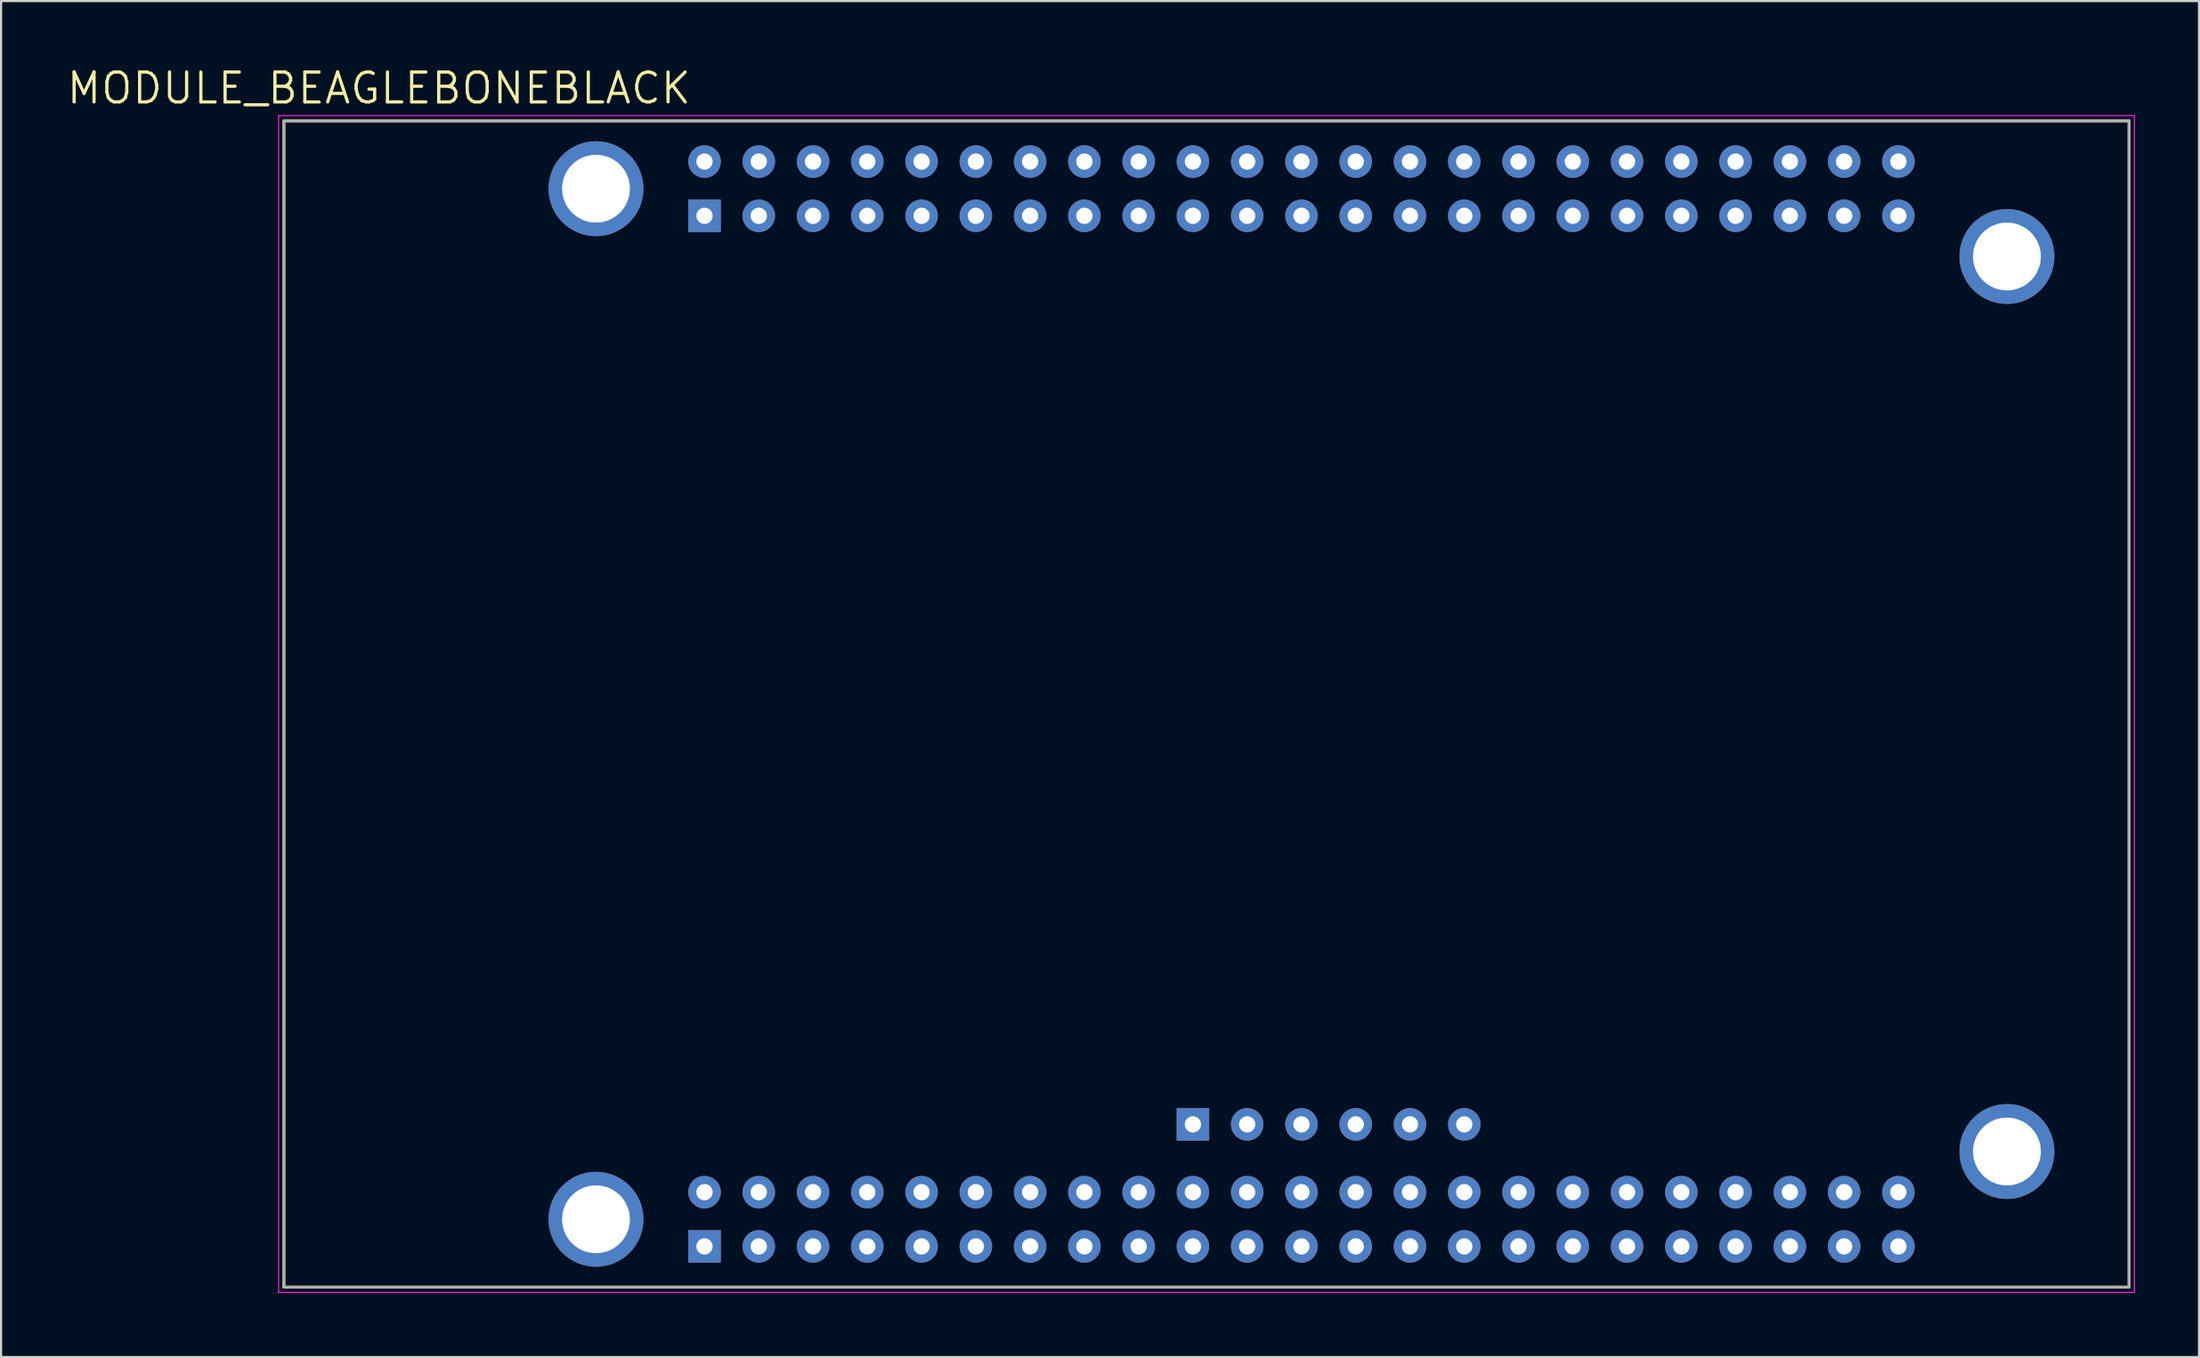
<source format=kicad_pcb>
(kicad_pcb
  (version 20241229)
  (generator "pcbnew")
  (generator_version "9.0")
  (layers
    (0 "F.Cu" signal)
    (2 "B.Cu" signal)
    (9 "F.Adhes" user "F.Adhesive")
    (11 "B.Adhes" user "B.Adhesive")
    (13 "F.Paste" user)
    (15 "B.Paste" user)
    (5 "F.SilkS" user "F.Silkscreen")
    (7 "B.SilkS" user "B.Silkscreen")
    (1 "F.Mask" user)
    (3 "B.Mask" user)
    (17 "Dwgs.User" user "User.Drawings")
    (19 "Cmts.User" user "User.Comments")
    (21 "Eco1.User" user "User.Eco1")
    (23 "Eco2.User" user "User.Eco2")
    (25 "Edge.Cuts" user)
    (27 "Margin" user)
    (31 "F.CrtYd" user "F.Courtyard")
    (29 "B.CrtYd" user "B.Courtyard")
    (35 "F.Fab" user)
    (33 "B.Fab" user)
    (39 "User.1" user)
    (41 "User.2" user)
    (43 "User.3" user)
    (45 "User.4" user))
  (footprint "MODULE_BEAGLEBONEBLACK"
    (layer "F.Cu")
    (at 53.42 29.916)
    (property "Reference" "MODULE_BEAGLEBONEBLACK" (at -38.735 -28.834 0) (layer "F.SilkS") (effects (font (size 1.4 1.4) (thickness 0.15))))
    (attr through_hole)
    (fp_line (start -43.18 -27.305) (end 43.18 -27.305) (stroke (width 0.127) (type solid)) (layer "F.SilkS"))
    (fp_line (start -43.18 27.305) (end -43.18 -27.305) (stroke (width 0.127) (type solid)) (layer "F.SilkS"))
    (fp_line (start 43.18 -27.305) (end 43.18 27.305) (stroke (width 0.127) (type solid)) (layer "F.SilkS"))
    (fp_line (start 43.18 27.305) (end -43.18 27.305) (stroke (width 0.127) (type solid)) (layer "F.SilkS"))
    (fp_line (start -43.43 -27.555) (end 43.43 -27.555) (stroke (width 0.05) (type solid)) (layer "F.CrtYd"))
    (fp_line (start -43.43 27.555) (end -43.43 -27.555) (stroke (width 0.05) (type solid)) (layer "F.CrtYd"))
    (fp_line (start 43.43 -27.555) (end 43.43 27.555) (stroke (width 0.05) (type solid)) (layer "F.CrtYd"))
    (fp_line (start 43.43 27.555) (end -43.43 27.555) (stroke (width 0.05) (type solid)) (layer "F.CrtYd"))
    (fp_line (start -43.18 -27.305) (end 43.18 -27.305) (stroke (width 0.127) (type solid)) (layer "F.Fab"))
    (fp_line (start -43.18 27.305) (end -43.18 -27.305) (stroke (width 0.127) (type solid)) (layer "F.Fab"))
    (fp_line (start 43.18 -27.305) (end 43.18 27.305) (stroke (width 0.127) (type solid)) (layer "F.Fab"))
    (fp_line (start 43.18 27.305) (end -43.18 27.305) (stroke (width 0.127) (type solid)) (layer "F.Fab"))
    (pad "J1_1" thru_hole rect (at -0.635 19.685) (size 1.524 1.524) (drill 0.762) (layers "*.Cu" "*.Mask"))
    (pad "J1_2" thru_hole circle (at 1.905 19.685) (size 1.524 1.524) (drill 0.762) (layers "*.Cu" "*.Mask"))
    (pad "J1_3" thru_hole circle (at 4.445 19.685) (size 1.524 1.524) (drill 0.762) (layers "*.Cu" "*.Mask"))
    (pad "J1_4" thru_hole circle (at 6.985 19.685) (size 1.524 1.524) (drill 0.762) (layers "*.Cu" "*.Mask"))
    (pad "J1_5" thru_hole circle (at 9.525 19.685) (size 1.524 1.524) (drill 0.762) (layers "*.Cu" "*.Mask"))
    (pad "J1_6" thru_hole circle (at 12.065 19.685) (size 1.524 1.524) (drill 0.762) (layers "*.Cu" "*.Mask"))
    (pad "P1" thru_hole circle (at -28.575 -24.13) (size 4.445 4.445) (drill 3.175) (layers "*.Cu" "*.Mask"))
    (pad "P2" thru_hole circle (at -28.575 24.13) (size 4.445 4.445) (drill 3.175) (layers "*.Cu" "*.Mask"))
    (pad "P3" thru_hole circle (at 37.465 20.955) (size 4.445 4.445) (drill 3.175) (layers "*.Cu" "*.Mask"))
    (pad "P4" thru_hole circle (at 37.465 -20.955) (size 4.445 4.445) (drill 3.175) (layers "*.Cu" "*.Mask"))
    (pad "P8_1" thru_hole rect (at -23.495 -22.86) (size 1.524 1.524) (drill 0.762) (layers "*.Cu" "*.Mask"))
    (pad "P8_2" thru_hole circle (at -23.495 -25.4) (size 1.524 1.524) (drill 0.762) (layers "*.Cu" "*.Mask"))
    (pad "P8_3" thru_hole circle (at -20.955 -22.86) (size 1.524 1.524) (drill 0.762) (layers "*.Cu" "*.Mask"))
    (pad "P8_4" thru_hole circle (at -20.955 -25.4) (size 1.524 1.524) (drill 0.762) (layers "*.Cu" "*.Mask"))
    (pad "P8_5" thru_hole circle (at -18.415 -22.86) (size 1.524 1.524) (drill 0.762) (layers "*.Cu" "*.Mask"))
    (pad "P8_6" thru_hole circle (at -18.415 -25.4) (size 1.524 1.524) (drill 0.762) (layers "*.Cu" "*.Mask"))
    (pad "P8_7" thru_hole circle (at -15.875 -22.86) (size 1.524 1.524) (drill 0.762) (layers "*.Cu" "*.Mask"))
    (pad "P8_8" thru_hole circle (at -15.875 -25.4) (size 1.524 1.524) (drill 0.762) (layers "*.Cu" "*.Mask"))
    (pad "P8_9" thru_hole circle (at -13.335 -22.86) (size 1.524 1.524) (drill 0.762) (layers "*.Cu" "*.Mask"))
    (pad "P8_10" thru_hole circle (at -13.335 -25.4) (size 1.524 1.524) (drill 0.762) (layers "*.Cu" "*.Mask"))
    (pad "P8_11" thru_hole circle (at -10.795 -22.86) (size 1.524 1.524) (drill 0.762) (layers "*.Cu" "*.Mask"))
    (pad "P8_12" thru_hole circle (at -10.795 -25.4) (size 1.524 1.524) (drill 0.762) (layers "*.Cu" "*.Mask"))
    (pad "P8_13" thru_hole circle (at -8.255 -22.86) (size 1.524 1.524) (drill 0.762) (layers "*.Cu" "*.Mask"))
    (pad "P8_14" thru_hole circle (at -8.255 -25.4) (size 1.524 1.524) (drill 0.762) (layers "*.Cu" "*.Mask"))
    (pad "P8_15" thru_hole circle (at -5.715 -22.86) (size 1.524 1.524) (drill 0.762) (layers "*.Cu" "*.Mask"))
    (pad "P8_16" thru_hole circle (at -5.715 -25.4) (size 1.524 1.524) (drill 0.762) (layers "*.Cu" "*.Mask"))
    (pad "P8_17" thru_hole circle (at -3.175 -22.86) (size 1.524 1.524) (drill 0.762) (layers "*.Cu" "*.Mask"))
    (pad "P8_18" thru_hole circle (at -3.175 -25.4) (size 1.524 1.524) (drill 0.762) (layers "*.Cu" "*.Mask"))
    (pad "P8_19" thru_hole circle (at -0.635 -22.86) (size 1.524 1.524) (drill 0.762) (layers "*.Cu" "*.Mask"))
    (pad "P8_20" thru_hole circle (at -0.635 -25.4) (size 1.524 1.524) (drill 0.762) (layers "*.Cu" "*.Mask"))
    (pad "P8_21" thru_hole circle (at 1.905 -22.86) (size 1.524 1.524) (drill 0.762) (layers "*.Cu" "*.Mask"))
    (pad "P8_22" thru_hole circle (at 1.905 -25.4) (size 1.524 1.524) (drill 0.762) (layers "*.Cu" "*.Mask"))
    (pad "P8_23" thru_hole circle (at 4.445 -22.86) (size 1.524 1.524) (drill 0.762) (layers "*.Cu" "*.Mask"))
    (pad "P8_24" thru_hole circle (at 4.445 -25.4) (size 1.524 1.524) (drill 0.762) (layers "*.Cu" "*.Mask"))
    (pad "P8_25" thru_hole circle (at 6.985 -22.86) (size 1.524 1.524) (drill 0.762) (layers "*.Cu" "*.Mask"))
    (pad "P8_26" thru_hole circle (at 6.985 -25.4) (size 1.524 1.524) (drill 0.762) (layers "*.Cu" "*.Mask"))
    (pad "P8_27" thru_hole circle (at 9.525 -22.86) (size 1.524 1.524) (drill 0.762) (layers "*.Cu" "*.Mask"))
    (pad "P8_28" thru_hole circle (at 9.525 -25.4) (size 1.524 1.524) (drill 0.762) (layers "*.Cu" "*.Mask"))
    (pad "P8_29" thru_hole circle (at 12.065 -22.86) (size 1.524 1.524) (drill 0.762) (layers "*.Cu" "*.Mask"))
    (pad "P8_30" thru_hole circle (at 12.065 -25.4) (size 1.524 1.524) (drill 0.762) (layers "*.Cu" "*.Mask"))
    (pad "P8_31" thru_hole circle (at 14.605 -22.86) (size 1.524 1.524) (drill 0.762) (layers "*.Cu" "*.Mask"))
    (pad "P8_32" thru_hole circle (at 14.605 -25.4) (size 1.524 1.524) (drill 0.762) (layers "*.Cu" "*.Mask"))
    (pad "P8_33" thru_hole circle (at 17.145 -22.86) (size 1.524 1.524) (drill 0.762) (layers "*.Cu" "*.Mask"))
    (pad "P8_34" thru_hole circle (at 17.145 -25.4) (size 1.524 1.524) (drill 0.762) (layers "*.Cu" "*.Mask"))
    (pad "P8_35" thru_hole circle (at 19.685 -22.86) (size 1.524 1.524) (drill 0.762) (layers "*.Cu" "*.Mask"))
    (pad "P8_36" thru_hole circle (at 19.685 -25.4) (size 1.524 1.524) (drill 0.762) (layers "*.Cu" "*.Mask"))
    (pad "P8_37" thru_hole circle (at 22.225 -22.86) (size 1.524 1.524) (drill 0.762) (layers "*.Cu" "*.Mask"))
    (pad "P8_38" thru_hole circle (at 22.225 -25.4) (size 1.524 1.524) (drill 0.762) (layers "*.Cu" "*.Mask"))
    (pad "P8_39" thru_hole circle (at 24.765 -22.86) (size 1.524 1.524) (drill 0.762) (layers "*.Cu" "*.Mask"))
    (pad "P8_40" thru_hole circle (at 24.765 -25.4) (size 1.524 1.524) (drill 0.762) (layers "*.Cu" "*.Mask"))
    (pad "P8_41" thru_hole circle (at 27.305 -22.86) (size 1.524 1.524) (drill 0.762) (layers "*.Cu" "*.Mask"))
    (pad "P8_42" thru_hole circle (at 27.305 -25.4) (size 1.524 1.524) (drill 0.762) (layers "*.Cu" "*.Mask"))
    (pad "P8_43" thru_hole circle (at 29.845 -22.86) (size 1.524 1.524) (drill 0.762) (layers "*.Cu" "*.Mask"))
    (pad "P8_44" thru_hole circle (at 29.845 -25.4) (size 1.524 1.524) (drill 0.762) (layers "*.Cu" "*.Mask"))
    (pad "P8_45" thru_hole circle (at 32.385 -22.86) (size 1.524 1.524) (drill 0.762) (layers "*.Cu" "*.Mask"))
    (pad "P8_46" thru_hole circle (at 32.385 -25.4) (size 1.524 1.524) (drill 0.762) (layers "*.Cu" "*.Mask"))
    (pad "P9_1" thru_hole rect (at -23.495 25.4) (size 1.524 1.524) (drill 0.762) (layers "*.Cu" "*.Mask"))
    (pad "P9_2" thru_hole circle (at -23.495 22.86) (size 1.524 1.524) (drill 0.762) (layers "*.Cu" "*.Mask"))
    (pad "P9_3" thru_hole circle (at -20.955 25.4) (size 1.524 1.524) (drill 0.762) (layers "*.Cu" "*.Mask"))
    (pad "P9_4" thru_hole circle (at -20.955 22.86) (size 1.524 1.524) (drill 0.762) (layers "*.Cu" "*.Mask"))
    (pad "P9_5" thru_hole circle (at -18.415 25.4) (size 1.524 1.524) (drill 0.762) (layers "*.Cu" "*.Mask"))
    (pad "P9_6" thru_hole circle (at -18.415 22.86) (size 1.524 1.524) (drill 0.762) (layers "*.Cu" "*.Mask"))
    (pad "P9_7" thru_hole circle (at -15.875 25.4) (size 1.524 1.524) (drill 0.762) (layers "*.Cu" "*.Mask"))
    (pad "P9_8" thru_hole circle (at -15.875 22.86) (size 1.524 1.524) (drill 0.762) (layers "*.Cu" "*.Mask"))
    (pad "P9_9" thru_hole circle (at -13.335 25.4) (size 1.524 1.524) (drill 0.762) (layers "*.Cu" "*.Mask"))
    (pad "P9_10" thru_hole circle (at -13.335 22.86) (size 1.524 1.524) (drill 0.762) (layers "*.Cu" "*.Mask"))
    (pad "P9_11" thru_hole circle (at -10.795 25.4) (size 1.524 1.524) (drill 0.762) (layers "*.Cu" "*.Mask"))
    (pad "P9_12" thru_hole circle (at -10.795 22.86) (size 1.524 1.524) (drill 0.762) (layers "*.Cu" "*.Mask"))
    (pad "P9_13" thru_hole circle (at -8.255 25.4) (size 1.524 1.524) (drill 0.762) (layers "*.Cu" "*.Mask"))
    (pad "P9_14" thru_hole circle (at -8.255 22.86) (size 1.524 1.524) (drill 0.762) (layers "*.Cu" "*.Mask"))
    (pad "P9_15" thru_hole circle (at -5.715 25.4) (size 1.524 1.524) (drill 0.762) (layers "*.Cu" "*.Mask"))
    (pad "P9_16" thru_hole circle (at -5.715 22.86) (size 1.524 1.524) (drill 0.762) (layers "*.Cu" "*.Mask"))
    (pad "P9_17" thru_hole circle (at -3.175 25.4) (size 1.524 1.524) (drill 0.762) (layers "*.Cu" "*.Mask"))
    (pad "P9_18" thru_hole circle (at -3.175 22.86) (size 1.524 1.524) (drill 0.762) (layers "*.Cu" "*.Mask"))
    (pad "P9_19" thru_hole circle (at -0.635 25.4) (size 1.524 1.524) (drill 0.762) (layers "*.Cu" "*.Mask"))
    (pad "P9_20" thru_hole circle (at -0.635 22.86) (size 1.524 1.524) (drill 0.762) (layers "*.Cu" "*.Mask"))
    (pad "P9_21" thru_hole circle (at 1.905 25.4) (size 1.524 1.524) (drill 0.762) (layers "*.Cu" "*.Mask"))
    (pad "P9_22" thru_hole circle (at 1.905 22.86) (size 1.524 1.524) (drill 0.762) (layers "*.Cu" "*.Mask"))
    (pad "P9_23" thru_hole circle (at 4.445 25.4) (size 1.524 1.524) (drill 0.762) (layers "*.Cu" "*.Mask"))
    (pad "P9_24" thru_hole circle (at 4.445 22.86) (size 1.524 1.524) (drill 0.762) (layers "*.Cu" "*.Mask"))
    (pad "P9_25" thru_hole circle (at 6.985 25.4) (size 1.524 1.524) (drill 0.762) (layers "*.Cu" "*.Mask"))
    (pad "P9_26" thru_hole circle (at 6.985 22.86) (size 1.524 1.524) (drill 0.762) (layers "*.Cu" "*.Mask"))
    (pad "P9_27" thru_hole circle (at 9.525 25.4) (size 1.524 1.524) (drill 0.762) (layers "*.Cu" "*.Mask"))
    (pad "P9_28" thru_hole circle (at 9.525 22.86) (size 1.524 1.524) (drill 0.762) (layers "*.Cu" "*.Mask"))
    (pad "P9_29" thru_hole circle (at 12.065 25.4) (size 1.524 1.524) (drill 0.762) (layers "*.Cu" "*.Mask"))
    (pad "P9_30" thru_hole circle (at 12.065 22.86) (size 1.524 1.524) (drill 0.762) (layers "*.Cu" "*.Mask"))
    (pad "P9_31" thru_hole circle (at 14.605 25.4) (size 1.524 1.524) (drill 0.762) (layers "*.Cu" "*.Mask"))
    (pad "P9_32" thru_hole circle (at 14.605 22.86) (size 1.524 1.524) (drill 0.762) (layers "*.Cu" "*.Mask"))
    (pad "P9_33" thru_hole circle (at 17.145 25.4) (size 1.524 1.524) (drill 0.762) (layers "*.Cu" "*.Mask"))
    (pad "P9_34" thru_hole circle (at 17.145 22.86) (size 1.524 1.524) (drill 0.762) (layers "*.Cu" "*.Mask"))
    (pad "P9_35" thru_hole circle (at 19.685 25.4) (size 1.524 1.524) (drill 0.762) (layers "*.Cu" "*.Mask"))
    (pad "P9_36" thru_hole circle (at 19.685 22.86) (size 1.524 1.524) (drill 0.762) (layers "*.Cu" "*.Mask"))
    (pad "P9_37" thru_hole circle (at 22.225 25.4) (size 1.524 1.524) (drill 0.762) (layers "*.Cu" "*.Mask"))
    (pad "P9_38" thru_hole circle (at 22.225 22.86) (size 1.524 1.524) (drill 0.762) (layers "*.Cu" "*.Mask"))
    (pad "P9_39" thru_hole circle (at 24.765 25.4) (size 1.524 1.524) (drill 0.762) (layers "*.Cu" "*.Mask"))
    (pad "P9_40" thru_hole circle (at 24.765 22.86) (size 1.524 1.524) (drill 0.762) (layers "*.Cu" "*.Mask"))
    (pad "P9_41" thru_hole circle (at 27.305 25.4) (size 1.524 1.524) (drill 0.762) (layers "*.Cu" "*.Mask"))
    (pad "P9_42" thru_hole circle (at 27.305 22.86) (size 1.524 1.524) (drill 0.762) (layers "*.Cu" "*.Mask"))
    (pad "P9_43" thru_hole circle (at 29.845 25.4) (size 1.524 1.524) (drill 0.762) (layers "*.Cu" "*.Mask"))
    (pad "P9_44" thru_hole circle (at 29.845 22.86) (size 1.524 1.524) (drill 0.762) (layers "*.Cu" "*.Mask"))
    (pad "P9_45" thru_hole circle (at 32.385 25.4) (size 1.524 1.524) (drill 0.762) (layers "*.Cu" "*.Mask"))
    (pad "P9_46" thru_hole circle (at 32.385 22.86) (size 1.524 1.524) (drill 0.762) (layers "*.Cu" "*.Mask")))
  (gr_rect
    (start -3 -3)
    (end 99.875 60.496)
    (stroke (width 0.1) (type default))
    (fill no)
    (layer "Edge.Cuts")))
</source>
